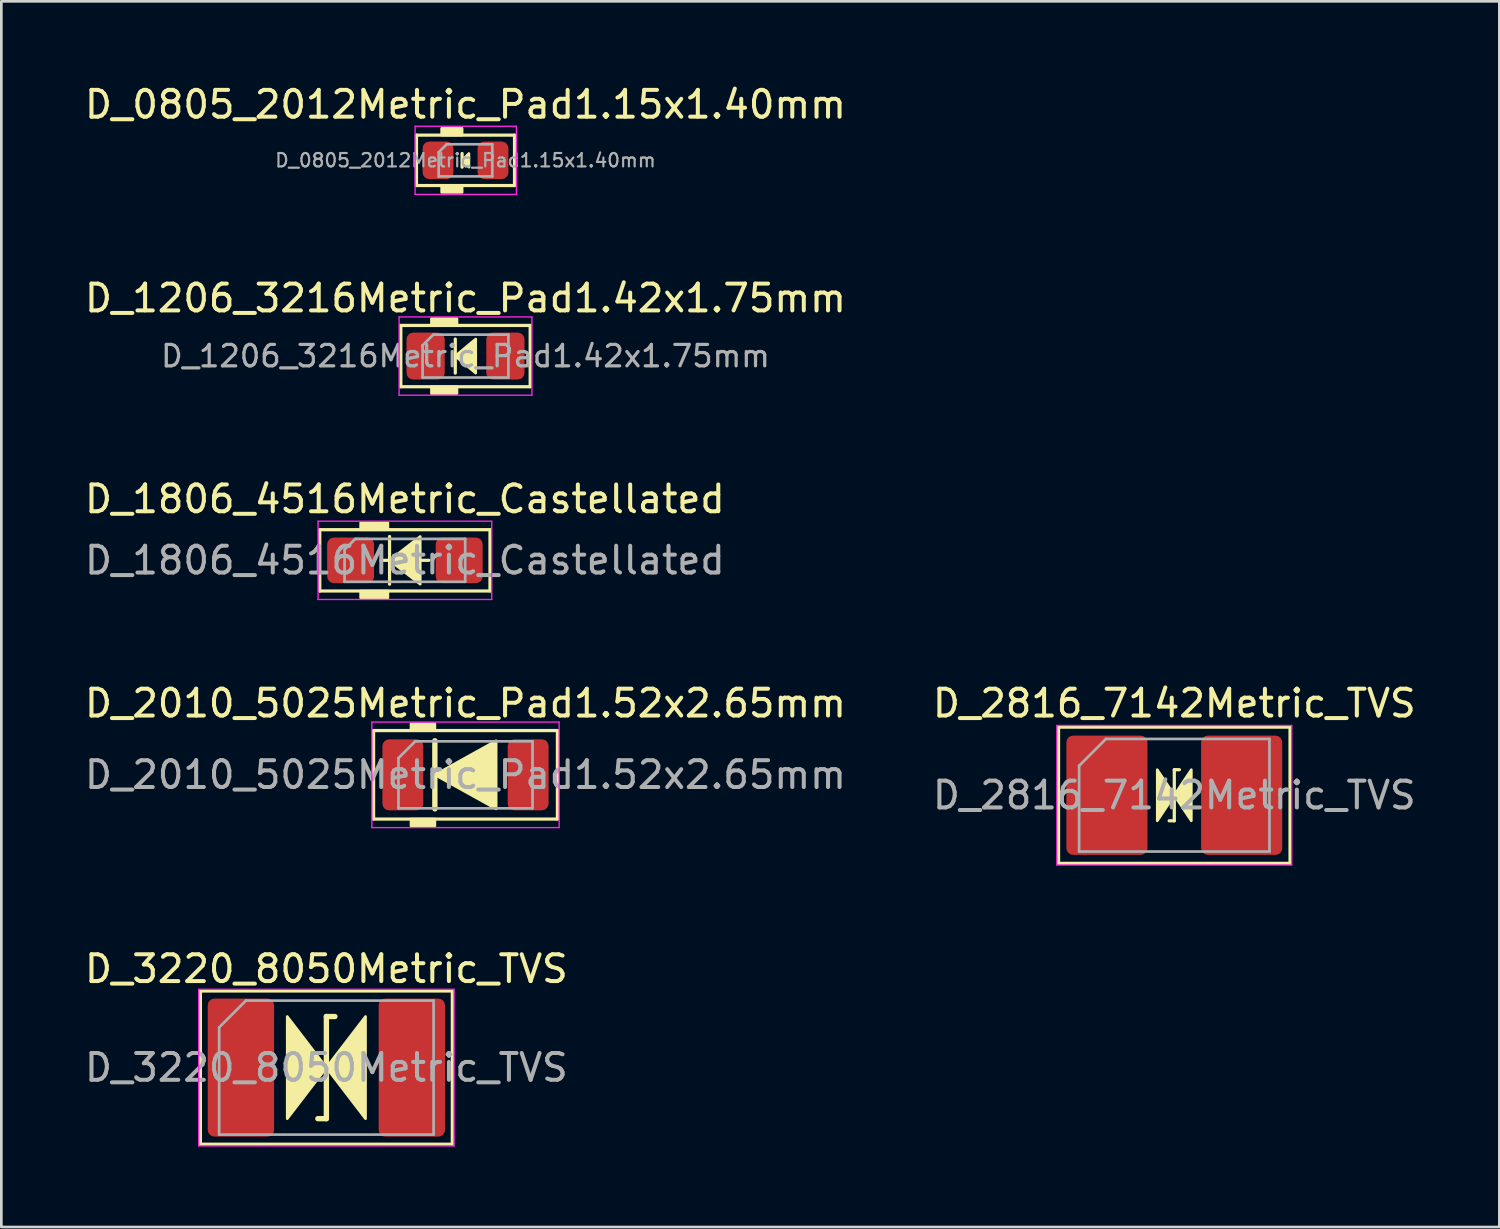
<source format=kicad_pcb>
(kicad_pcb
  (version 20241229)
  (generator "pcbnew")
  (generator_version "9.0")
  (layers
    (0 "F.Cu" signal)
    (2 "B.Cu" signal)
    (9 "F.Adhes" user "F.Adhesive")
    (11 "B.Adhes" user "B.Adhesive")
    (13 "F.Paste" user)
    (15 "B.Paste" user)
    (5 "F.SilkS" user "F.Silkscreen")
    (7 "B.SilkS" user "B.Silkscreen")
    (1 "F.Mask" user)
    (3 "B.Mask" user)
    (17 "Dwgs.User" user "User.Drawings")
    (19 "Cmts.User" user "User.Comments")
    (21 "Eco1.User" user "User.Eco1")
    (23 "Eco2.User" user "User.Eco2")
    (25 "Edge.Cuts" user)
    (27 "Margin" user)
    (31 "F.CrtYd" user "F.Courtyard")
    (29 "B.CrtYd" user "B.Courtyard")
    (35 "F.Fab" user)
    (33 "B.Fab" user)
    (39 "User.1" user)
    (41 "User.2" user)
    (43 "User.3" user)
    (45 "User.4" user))
  (footprint "D_0805_2012Metric_Pad1.15x1.40mm"
    (layer "F.Cu")
    (at 14.315 2.931)
    (property "Reference" "D_0805_2012Metric_Pad1.15x1.40mm" (at 0 -2.083 0) (layer "F.SilkS") (effects (font (size 1 1) (thickness 0.15))))
    (attr smd)
    (fp_line (start -1.829 -0.94) (end 1.829 -0.94) (stroke (width 0.12) (type solid)) (layer "F.SilkS"))
    (fp_line (start -1.829 0.94) (end -1.829 -0.94) (stroke (width 0.12) (type solid)) (layer "F.SilkS"))
    (fp_line (start -0.127 -0.254) (end -0.127 0.254) (stroke (width 0.12) (type solid)) (layer "F.SilkS"))
    (fp_line (start 1.829 -0.94) (end 1.829 0.94) (stroke (width 0.12) (type solid)) (layer "F.SilkS"))
    (fp_line (start 1.829 0.94) (end -1.829 0.94) (stroke (width 0.12) (type solid)) (layer "F.SilkS"))
    (fp_poly (pts (xy 0.127 0.254) (xy -0.127 0) (xy 0.127 -0.254)) (stroke (width 0.1) (type solid)) (fill yes) (layer "F.SilkS"))
    (fp_poly (pts (xy -0.127 -0.94) (xy -0.889 -0.94) (xy -0.889 -1.194) (xy -0.127 -1.194)) (stroke (width 0.1) (type solid)) (fill yes) (layer "F.SilkS"))
    (fp_poly (pts (xy -0.127 1.194) (xy -0.889 1.194) (xy -0.889 0.94) (xy -0.127 0.94)) (stroke (width 0.1) (type solid)) (fill yes) (layer "F.SilkS"))
    (fp_line (start -1.88 -1.27) (end 1.901 -1.27) (stroke (width 0.05) (type solid)) (layer "F.CrtYd"))
    (fp_line (start -1.88 1.27) (end -1.88 -1.27) (stroke (width 0.05) (type solid)) (layer "F.CrtYd"))
    (fp_line (start 1.901 -1.27) (end 1.901 1.27) (stroke (width 0.05) (type solid)) (layer "F.CrtYd"))
    (fp_line (start 1.901 1.27) (end -1.88 1.27) (stroke (width 0.05) (type solid)) (layer "F.CrtYd"))
    (fp_line (start -1 -0.3) (end -1 0.6) (stroke (width 0.1) (type solid)) (layer "F.Fab"))
    (fp_line (start -1 0.6) (end 1 0.6) (stroke (width 0.1) (type solid)) (layer "F.Fab"))
    (fp_line (start -0.7 -0.6) (end -1 -0.3) (stroke (width 0.1) (type solid)) (layer "F.Fab"))
    (fp_line (start 1 -0.6) (end -0.7 -0.6) (stroke (width 0.1) (type solid)) (layer "F.Fab"))
    (fp_line (start 1 0.6) (end 1 -0.6) (stroke (width 0.1) (type solid)) (layer "F.Fab"))
    (fp_text user "${REFERENCE}" (at 0 0 0) (layer "F.Fab") (effects (font (size 0.5 0.5) (thickness 0.08))))
    (pad "1" smd roundrect (at -1.025 0) (size 1.15 1.4) (layers "F.Cu" "F.Mask" "F.Paste") (roundrect_rratio 0.217))
    (pad "2" smd roundrect (at 1.025 0) (size 1.15 1.4) (layers "F.Cu" "F.Mask" "F.Paste") (roundrect_rratio 0.217)))
  (footprint "D_1206_3216Metric_Pad1.42x1.75mm"
    (layer "F.Cu")
    (at 14.315 10.233)
    (property "Reference" "D_1206_3216Metric_Pad1.42x1.75mm" (at 0 -2.159 0) (layer "F.SilkS") (effects (font (size 1 1) (thickness 0.15))))
    (attr smd)
    (fp_line (start -2.413 -1.143) (end -2.413 1.143) (stroke (width 0.12) (type solid)) (layer "F.SilkS"))
    (fp_line (start -2.413 1.143) (end 2.413 1.143) (stroke (width 0.12) (type solid)) (layer "F.SilkS"))
    (fp_line (start -0.381 -0.635) (end -0.381 0.635) (stroke (width 0.12) (type solid)) (layer "F.SilkS"))
    (fp_line (start 2.413 -1.143) (end -2.413 -1.143) (stroke (width 0.12) (type solid)) (layer "F.SilkS"))
    (fp_line (start 2.413 1.143) (end 2.413 -1.143) (stroke (width 0.12) (type solid)) (layer "F.SilkS"))
    (fp_poly (pts (xy 0.381 0.635) (xy -0.381 0) (xy 0.381 -0.635)) (stroke (width 0.1) (type solid)) (fill yes) (layer "F.SilkS"))
    (fp_poly (pts (xy -0.318 -1.143) (xy -1.27 -1.143) (xy -1.27 -1.397) (xy -0.318 -1.397)) (stroke (width 0.1) (type solid)) (fill yes) (layer "F.SilkS"))
    (fp_poly (pts (xy -0.318 1.397) (xy -1.27 1.397) (xy -1.27 1.143) (xy -0.318 1.143)) (stroke (width 0.1) (type solid)) (fill yes) (layer "F.SilkS"))
    (fp_line (start -2.477 -1.46) (end 2.477 -1.46) (stroke (width 0.05) (type solid)) (layer "F.CrtYd"))
    (fp_line (start -2.477 1.46) (end -2.477 -1.46) (stroke (width 0.05) (type solid)) (layer "F.CrtYd"))
    (fp_line (start 2.477 -1.46) (end 2.477 1.46) (stroke (width 0.05) (type solid)) (layer "F.CrtYd"))
    (fp_line (start 2.477 1.46) (end -2.477 1.46) (stroke (width 0.05) (type solid)) (layer "F.CrtYd"))
    (fp_line (start -1.6 -0.4) (end -1.6 0.8) (stroke (width 0.1) (type solid)) (layer "F.Fab"))
    (fp_line (start -1.6 0.8) (end 1.6 0.8) (stroke (width 0.1) (type solid)) (layer "F.Fab"))
    (fp_line (start -1.2 -0.8) (end -1.6 -0.4) (stroke (width 0.1) (type solid)) (layer "F.Fab"))
    (fp_line (start 1.6 -0.8) (end -1.2 -0.8) (stroke (width 0.1) (type solid)) (layer "F.Fab"))
    (fp_line (start 1.6 0.8) (end 1.6 -0.8) (stroke (width 0.1) (type solid)) (layer "F.Fab"))
    (fp_text user "${REFERENCE}" (at 0 0 0) (layer "F.Fab") (effects (font (size 0.8 0.8) (thickness 0.12))))
    (pad "1" smd roundrect (at -1.488 0) (size 1.425 1.75) (layers "F.Cu" "F.Mask" "F.Paste") (roundrect_rratio 0.175))
    (pad "2" smd roundrect (at 1.488 0) (size 1.425 1.75) (layers "F.Cu" "F.Mask" "F.Paste") (roundrect_rratio 0.175)))
  (footprint "D_3220_8050Metric_TVS"
    (layer "F.Cu")
    (at 9.125 36.776)
    (property "Reference" "D_3220_8050Metric_TVS" (at 0 -3.683 0) (layer "F.SilkS") (effects (font (size 1 1) (thickness 0.15))))
    (attr smd)
    (fp_line (start -4.699 -2.857) (end 4.699 -2.857) (stroke (width 0.12) (type solid)) (layer "F.SilkS"))
    (fp_line (start -4.699 2.857) (end -4.699 -2.857) (stroke (width 0.12) (type solid)) (layer "F.SilkS"))
    (fp_line (start -0.318 1.905) (end 0 1.905) (stroke (width 0.2) (type solid)) (layer "F.SilkS"))
    (fp_line (start 0 -1.905) (end 0 1.905) (stroke (width 0.2) (type solid)) (layer "F.SilkS"))
    (fp_line (start 0 -1.905) (end 0.318 -1.905) (stroke (width 0.2) (type solid)) (layer "F.SilkS"))
    (fp_line (start 4.699 -2.857) (end 4.699 2.857) (stroke (width 0.12) (type solid)) (layer "F.SilkS"))
    (fp_line (start 4.699 2.857) (end -4.699 2.857) (stroke (width 0.12) (type solid)) (layer "F.SilkS"))
    (fp_poly (pts (xy 0 0) (xy -1.46 1.905) (xy -1.46 -1.905)) (stroke (width 0.1) (type solid)) (fill yes) (layer "F.SilkS"))
    (fp_poly (pts (xy 0 0) (xy 1.46 -1.905) (xy 1.46 1.905)) (stroke (width 0.1) (type solid)) (fill yes) (layer "F.SilkS"))
    (fp_line (start -4.763 -2.921) (end 4.763 -2.921) (stroke (width 0.05) (type solid)) (layer "F.CrtYd"))
    (fp_line (start -4.763 2.921) (end -4.763 -2.921) (stroke (width 0.05) (type solid)) (layer "F.CrtYd"))
    (fp_line (start 4.763 -2.921) (end 4.763 2.921) (stroke (width 0.05) (type solid)) (layer "F.CrtYd"))
    (fp_line (start 4.763 2.921) (end -4.763 2.921) (stroke (width 0.05) (type solid)) (layer "F.CrtYd"))
    (fp_line (start -4 -1.5) (end -4 2.5) (stroke (width 0.1) (type solid)) (layer "F.Fab"))
    (fp_line (start -4 2.5) (end 4 2.5) (stroke (width 0.1) (type solid)) (layer "F.Fab"))
    (fp_line (start -3 -2.5) (end -4 -1.5) (stroke (width 0.1) (type solid)) (layer "F.Fab"))
    (fp_line (start 4 -2.5) (end -3 -2.5) (stroke (width 0.1) (type solid)) (layer "F.Fab"))
    (fp_line (start 4 2.5) (end 4 -2.5) (stroke (width 0.1) (type solid)) (layer "F.Fab"))
    (fp_text user "${REFERENCE}" (at 0 0 0) (layer "F.Fab") (effects (font (size 1 1) (thickness 0.15))))
    (pad "1" smd roundrect (at -3.188 0) (size 2.475 5.15) (layers "F.Cu" "F.Mask" "F.Paste") (roundrect_rratio 0.101))
    (pad "2" smd roundrect (at 3.188 0) (size 2.475 5.15) (layers "F.Cu" "F.Mask" "F.Paste") (roundrect_rratio 0.101)))
  (footprint "D_2010_5025Metric_Pad1.52x2.65mm"
    (layer "F.Cu")
    (at 14.315 25.854)
    (property "Reference" "D_2010_5025Metric_Pad1.52x2.65mm" (at 0 -2.667 0) (layer "F.SilkS") (effects (font (size 1 1) (thickness 0.15))))
    (attr smd)
    (fp_line (start -3.429 -1.651) (end -3.429 1.651) (stroke (width 0.12) (type solid)) (layer "F.SilkS"))
    (fp_line (start -3.429 1.651) (end 3.429 1.651) (stroke (width 0.12) (type solid)) (layer "F.SilkS"))
    (fp_line (start -1.143 -1.27) (end -1.143 1.27) (stroke (width 0.2) (type solid)) (layer "F.SilkS"))
    (fp_line (start 3.429 -1.651) (end -3.429 -1.651) (stroke (width 0.12) (type solid)) (layer "F.SilkS"))
    (fp_line (start 3.429 1.651) (end 3.429 -1.651) (stroke (width 0.12) (type solid)) (layer "F.SilkS"))
    (fp_poly (pts (xy 1.143 1.27) (xy -1.143 0) (xy 1.143 -1.27)) (stroke (width 0.1) (type solid)) (fill yes) (layer "F.SilkS"))
    (fp_poly (pts (xy -1.143 -1.651) (xy -2.032 -1.651) (xy -2.032 -1.905) (xy -1.143 -1.905)) (stroke (width 0.1) (type solid)) (fill yes) (layer "F.SilkS"))
    (fp_poly (pts (xy -1.143 1.905) (xy -2.032 1.905) (xy -2.032 1.651) (xy -1.143 1.651)) (stroke (width 0.1) (type solid)) (fill yes) (layer "F.SilkS"))
    (fp_line (start -3.493 -1.968) (end 3.493 -1.968) (stroke (width 0.05) (type solid)) (layer "F.CrtYd"))
    (fp_line (start -3.493 1.968) (end -3.493 -1.968) (stroke (width 0.05) (type solid)) (layer "F.CrtYd"))
    (fp_line (start 3.493 -1.968) (end 3.493 1.968) (stroke (width 0.05) (type solid)) (layer "F.CrtYd"))
    (fp_line (start 3.493 1.968) (end -3.493 1.968) (stroke (width 0.05) (type solid)) (layer "F.CrtYd"))
    (fp_line (start -2.5 -0.625) (end -2.5 1.25) (stroke (width 0.1) (type solid)) (layer "F.Fab"))
    (fp_line (start -2.5 1.25) (end 2.5 1.25) (stroke (width 0.1) (type solid)) (layer "F.Fab"))
    (fp_line (start -1.875 -1.25) (end -2.5 -0.625) (stroke (width 0.1) (type solid)) (layer "F.Fab"))
    (fp_line (start 2.5 -1.25) (end -1.875 -1.25) (stroke (width 0.1) (type solid)) (layer "F.Fab"))
    (fp_line (start 2.5 1.25) (end 2.5 -1.25) (stroke (width 0.1) (type solid)) (layer "F.Fab"))
    (fp_text user "${REFERENCE}" (at 0 0 0) (layer "F.Fab") (effects (font (size 1 1) (thickness 0.15))))
    (pad "1" smd roundrect (at -2.337 0) (size 1.525 2.65) (layers "F.Cu" "F.Mask" "F.Paste") (roundrect_rratio 0.164))
    (pad "2" smd roundrect (at 2.337 0) (size 1.525 2.65) (layers "F.Cu" "F.Mask" "F.Paste") (roundrect_rratio 0.164)))
  (footprint "D_2816_7142Metric_TVS"
    (layer "F.Cu")
    (at 40.756 26.616)
    (property "Reference" "D_2816_7142Metric_TVS" (at 0 -3.429 0) (layer "F.SilkS") (effects (font (size 1 1) (thickness 0.15))))
    (attr smd)
    (fp_line (start -4.318 -2.54) (end -4.318 2.54) (stroke (width 0.12) (type solid)) (layer "F.SilkS"))
    (fp_line (start -4.318 2.54) (end 4.318 2.54) (stroke (width 0.12) (type solid)) (layer "F.SilkS"))
    (fp_line (start -0.191 0.953) (end 0 0.953) (stroke (width 0.12) (type solid)) (layer "F.SilkS"))
    (fp_line (start 0 -0.953) (end 0 0.953) (stroke (width 0.12) (type solid)) (layer "F.SilkS"))
    (fp_line (start 0 -0.953) (end 0.191 -0.953) (stroke (width 0.12) (type solid)) (layer "F.SilkS"))
    (fp_line (start 4.318 -2.54) (end -4.318 -2.54) (stroke (width 0.12) (type solid)) (layer "F.SilkS"))
    (fp_line (start 4.318 2.54) (end 4.318 -2.54) (stroke (width 0.12) (type solid)) (layer "F.SilkS"))
    (fp_poly (pts (xy 0 0) (xy -0.635 0.953) (xy -0.635 -0.953)) (stroke (width 0.1) (type solid)) (fill yes) (layer "F.SilkS"))
    (fp_poly (pts (xy 0 0) (xy 0.635 -0.953) (xy 0.635 0.953)) (stroke (width 0.1) (type solid)) (fill yes) (layer "F.SilkS"))
    (fp_line (start -4.381 -2.603) (end 4.381 -2.603) (stroke (width 0.05) (type solid)) (layer "F.CrtYd"))
    (fp_line (start -4.381 2.603) (end -4.381 -2.603) (stroke (width 0.05) (type solid)) (layer "F.CrtYd"))
    (fp_line (start 4.381 -2.603) (end 4.381 2.603) (stroke (width 0.05) (type solid)) (layer "F.CrtYd"))
    (fp_line (start 4.381 2.603) (end -4.381 2.603) (stroke (width 0.05) (type solid)) (layer "F.CrtYd"))
    (fp_line (start -3.55 -1.1) (end -3.55 2.1) (stroke (width 0.1) (type solid)) (layer "F.Fab"))
    (fp_line (start -3.55 2.1) (end 3.55 2.1) (stroke (width 0.1) (type solid)) (layer "F.Fab"))
    (fp_line (start -2.55 -2.1) (end -3.55 -1.1) (stroke (width 0.1) (type solid)) (layer "F.Fab"))
    (fp_line (start 3.55 -2.1) (end -2.55 -2.1) (stroke (width 0.1) (type solid)) (layer "F.Fab"))
    (fp_line (start 3.55 2.1) (end 3.55 -2.1) (stroke (width 0.1) (type solid)) (layer "F.Fab"))
    (fp_text user "${REFERENCE}" (at 0 0 0) (layer "F.Fab") (effects (font (size 1 1) (thickness 0.15))))
    (pad "1" smd roundrect (at -2.513 0) (size 3.025 4.45) (layers "F.Cu" "F.Mask" "F.Paste") (roundrect_rratio 0.083))
    (pad "2" smd roundrect (at 2.513 0) (size 3.025 4.45) (layers "F.Cu" "F.Mask" "F.Paste") (roundrect_rratio 0.083)))
  (footprint "D_1806_4516Metric_Castellated"
    (layer "F.Cu")
    (at 12.054 17.853)
    (property "Reference" "D_1806_4516Metric_Castellated" (at 0 -2.286 0) (layer "F.SilkS") (effects (font (size 1 1) (thickness 0.15))))
    (attr smd)
    (fp_line (start -3.175 -1.143) (end 3.175 -1.143) (stroke (width 0.12) (type solid)) (layer "F.SilkS"))
    (fp_line (start -3.175 1.143) (end -3.175 -1.143) (stroke (width 0.12) (type solid)) (layer "F.SilkS"))
    (fp_line (start -0.889 0) (end -0.572 0) (stroke (width 0.12) (type solid)) (layer "F.SilkS"))
    (fp_line (start -0.572 -0.889) (end -0.572 0.889) (stroke (width 0.12) (type solid)) (layer "F.SilkS"))
    (fp_line (start 0.572 0) (end 0.889 0) (stroke (width 0.12) (type solid)) (layer "F.SilkS"))
    (fp_line (start 3.175 -1.143) (end 3.175 1.143) (stroke (width 0.12) (type solid)) (layer "F.SilkS"))
    (fp_line (start 3.175 1.143) (end -3.175 1.143) (stroke (width 0.12) (type solid)) (layer "F.SilkS"))
    (fp_poly (pts (xy 0.572 0.889) (xy -0.572 0) (xy 0.572 -0.889)) (stroke (width 0.1) (type solid)) (fill yes) (layer "F.SilkS"))
    (fp_poly (pts (xy -0.635 -1.143) (xy -1.651 -1.143) (xy -1.651 -1.397) (xy -0.635 -1.397)) (stroke (width 0.1) (type solid)) (fill yes) (layer "F.SilkS"))
    (fp_poly (pts (xy -0.635 1.397) (xy -1.651 1.397) (xy -1.651 1.143) (xy -0.635 1.143)) (stroke (width 0.1) (type solid)) (fill yes) (layer "F.SilkS"))
    (fp_line (start -3.239 -1.46) (end 3.239 -1.46) (stroke (width 0.05) (type solid)) (layer "F.CrtYd"))
    (fp_line (start -3.239 1.46) (end -3.239 -1.46) (stroke (width 0.05) (type solid)) (layer "F.CrtYd"))
    (fp_line (start 3.239 -1.46) (end 3.239 1.46) (stroke (width 0.05) (type solid)) (layer "F.CrtYd"))
    (fp_line (start 3.239 1.46) (end -3.239 1.46) (stroke (width 0.05) (type solid)) (layer "F.CrtYd"))
    (fp_line (start -2.25 -0.4) (end -2.25 0.8) (stroke (width 0.1) (type solid)) (layer "F.Fab"))
    (fp_line (start -2.25 0.8) (end 2.25 0.8) (stroke (width 0.1) (type solid)) (layer "F.Fab"))
    (fp_line (start -1.85 -0.8) (end -2.25 -0.4) (stroke (width 0.1) (type solid)) (layer "F.Fab"))
    (fp_line (start 2.25 -0.8) (end -1.85 -0.8) (stroke (width 0.1) (type solid)) (layer "F.Fab"))
    (fp_line (start 2.25 0.8) (end 2.25 -0.8) (stroke (width 0.1) (type solid)) (layer "F.Fab"))
    (fp_text user "${REFERENCE}" (at 0 0 0) (layer "F.Fab") (effects (font (size 1 1) (thickness 0.15))))
    (pad "1" smd roundrect (at -2.025 0) (size 1.75 1.7) (layers "F.Cu" "F.Mask" "F.Paste") (roundrect_rratio 0.147))
    (pad "2" smd roundrect (at 2.025 0) (size 1.75 1.7) (layers "F.Cu" "F.Mask" "F.Paste") (roundrect_rratio 0.147)))
  (gr_rect
    (start -3 -3)
    (end 52.881 42.722)
    (stroke (width 0.1) (type default))
    (fill no)
    (layer "Edge.Cuts")))
</source>
